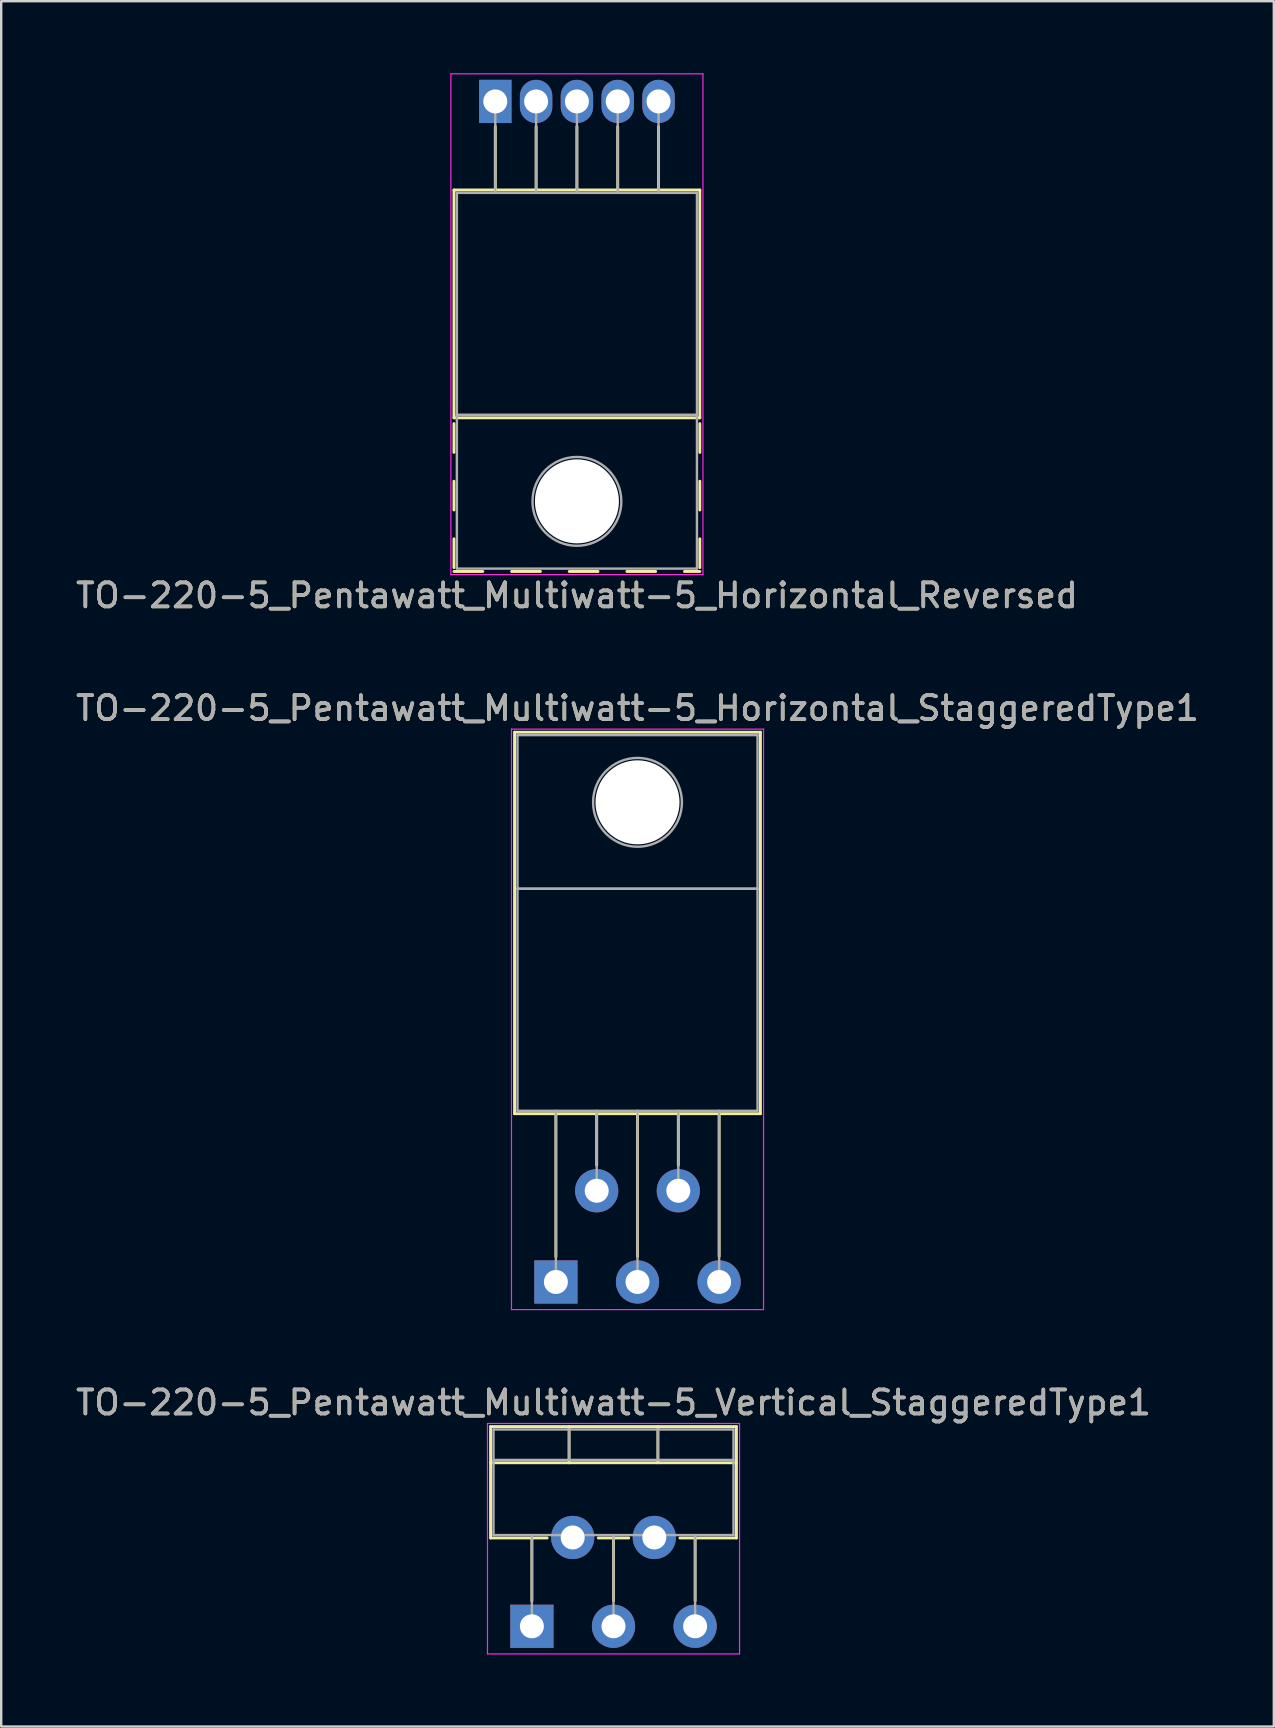
<source format=kicad_pcb>
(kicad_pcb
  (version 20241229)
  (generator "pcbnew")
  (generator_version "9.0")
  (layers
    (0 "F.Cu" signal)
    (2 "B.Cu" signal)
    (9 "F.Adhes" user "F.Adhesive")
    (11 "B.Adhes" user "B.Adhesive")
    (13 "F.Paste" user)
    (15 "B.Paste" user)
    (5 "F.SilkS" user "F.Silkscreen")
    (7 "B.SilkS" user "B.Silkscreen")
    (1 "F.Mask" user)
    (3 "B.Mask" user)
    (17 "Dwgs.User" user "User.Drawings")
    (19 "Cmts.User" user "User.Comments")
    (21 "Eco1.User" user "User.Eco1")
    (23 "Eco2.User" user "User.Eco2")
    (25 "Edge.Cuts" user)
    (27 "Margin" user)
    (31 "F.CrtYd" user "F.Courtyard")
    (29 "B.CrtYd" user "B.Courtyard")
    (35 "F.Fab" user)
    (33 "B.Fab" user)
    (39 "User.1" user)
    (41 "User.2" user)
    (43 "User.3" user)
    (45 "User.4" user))
  (footprint "TO-220-5_Pentawatt_Multiwatt-5_Horizontal_StaggeredType1"
    (layer "F.Cu")
    (at 20.106 50.352)
    (property "Reference" "TO-220-5_Pentawatt_Multiwatt-5_Horizontal_StaggeredType1" (at 3.4 -23.9 0) (layer "F.SilkS") (effects (font (size 1 1) (thickness 0.15))))
    (attr through_hole)
    (fp_line (start -1.721 -22.9) (end -1.721 -7.01) (stroke (width 0.12) (type solid)) (layer "F.SilkS"))
    (fp_line (start -1.721 -22.9) (end 8.52 -22.9) (stroke (width 0.12) (type solid)) (layer "F.SilkS"))
    (fp_line (start -1.721 -7.01) (end 8.52 -7.01) (stroke (width 0.12) (type solid)) (layer "F.SilkS"))
    (fp_line (start 0 -7.01) (end 0 -1.05) (stroke (width 0.12) (type solid)) (layer "F.SilkS"))
    (fp_line (start 1.7 -7.01) (end 1.7 -4.866) (stroke (width 0.12) (type solid)) (layer "F.SilkS"))
    (fp_line (start 3.4 -7.01) (end 3.4 -1.065) (stroke (width 0.12) (type solid)) (layer "F.SilkS"))
    (fp_line (start 5.1 -7.01) (end 5.1 -4.866) (stroke (width 0.12) (type solid)) (layer "F.SilkS"))
    (fp_line (start 6.8 -7.01) (end 6.8 -1.065) (stroke (width 0.12) (type solid)) (layer "F.SilkS"))
    (fp_line (start 8.52 -22.9) (end 8.52 -7.01) (stroke (width 0.12) (type solid)) (layer "F.SilkS"))
    (fp_line (start -1.85 -23.03) (end -1.85 1.15) (stroke (width 0.05) (type solid)) (layer "F.CrtYd"))
    (fp_line (start -1.85 1.15) (end 8.65 1.15) (stroke (width 0.05) (type solid)) (layer "F.CrtYd"))
    (fp_line (start 8.65 -23.03) (end -1.85 -23.03) (stroke (width 0.05) (type solid)) (layer "F.CrtYd"))
    (fp_line (start 8.65 1.15) (end 8.65 -23.03) (stroke (width 0.05) (type solid)) (layer "F.CrtYd"))
    (fp_line (start -1.6 -22.78) (end 8.4 -22.78) (stroke (width 0.1) (type solid)) (layer "F.Fab"))
    (fp_line (start -1.6 -16.38) (end -1.6 -22.78) (stroke (width 0.1) (type solid)) (layer "F.Fab"))
    (fp_line (start -1.6 -16.38) (end 8.4 -16.38) (stroke (width 0.1) (type solid)) (layer "F.Fab"))
    (fp_line (start -1.6 -7.13) (end -1.6 -16.38) (stroke (width 0.1) (type solid)) (layer "F.Fab"))
    (fp_line (start 0 -7.13) (end 0 0) (stroke (width 0.1) (type solid)) (layer "F.Fab"))
    (fp_line (start 1.7 -7.13) (end 1.7 -3.8) (stroke (width 0.1) (type solid)) (layer "F.Fab"))
    (fp_line (start 3.4 -7.13) (end 3.4 0) (stroke (width 0.1) (type solid)) (layer "F.Fab"))
    (fp_line (start 5.1 -7.13) (end 5.1 -3.8) (stroke (width 0.1) (type solid)) (layer "F.Fab"))
    (fp_line (start 6.8 -7.13) (end 6.8 0) (stroke (width 0.1) (type solid)) (layer "F.Fab"))
    (fp_line (start 8.4 -22.78) (end 8.4 -16.38) (stroke (width 0.1) (type solid)) (layer "F.Fab"))
    (fp_line (start 8.4 -16.38) (end -1.6 -16.38) (stroke (width 0.1) (type solid)) (layer "F.Fab"))
    (fp_line (start 8.4 -16.38) (end 8.4 -7.13) (stroke (width 0.1) (type solid)) (layer "F.Fab"))
    (fp_line (start 8.4 -7.13) (end -1.6 -7.13) (stroke (width 0.1) (type solid)) (layer "F.Fab"))
    (fp_circle (center 3.4 -19.98) (end 5.25 -19.98) (stroke (width 0.1) (type solid)) (fill no) (layer "F.Fab"))
    (fp_text user "${REFERENCE}" (at 3.4 -23.9 0) (layer "F.Fab") (effects (font (size 1 1) (thickness 0.15))))
    (pad "" np_thru_hole oval (at 3.4 -19.98) (size 3.5 3.5) (drill 3.5) (layers "*.Cu" "*.Mask"))
    (pad "1" thru_hole rect (at 0 0) (size 1.8 1.8) (drill 1) (layers "*.Cu" "*.Mask"))
    (pad "2" thru_hole oval (at 1.7 -3.8) (size 1.8 1.8) (drill 1) (layers "*.Cu" "*.Mask"))
    (pad "3" thru_hole oval (at 3.4 0) (size 1.8 1.8) (drill 1) (layers "*.Cu" "*.Mask"))
    (pad "4" thru_hole oval (at 5.1 -3.8) (size 1.8 1.8) (drill 1) (layers "*.Cu" "*.Mask"))
    (pad "5" thru_hole oval (at 6.8 0) (size 1.8 1.8) (drill 1) (layers "*.Cu" "*.Mask")))
  (footprint "TO-220-5_Pentawatt_Multiwatt-5_Horizontal_Reversed"
    (layer "F.Cu")
    (at 17.582 1.175)
    (property "Reference" "TO-220-5_Pentawatt_Multiwatt-5_Horizontal_Reversed" (at 3.4 20.58 0) (layer "F.SilkS") (effects (font (size 1 1) (thickness 0.15))))
    (attr through_hole)
    (fp_line (start -1.721 3.69) (end -1.721 13.18) (stroke (width 0.12) (type solid)) (layer "F.SilkS"))
    (fp_line (start -1.721 3.69) (end 8.52 3.69) (stroke (width 0.12) (type solid)) (layer "F.SilkS"))
    (fp_line (start -1.721 13.18) (end 8.52 13.18) (stroke (width 0.12) (type solid)) (layer "F.SilkS"))
    (fp_line (start -1.721 13.42) (end -1.721 14.62) (stroke (width 0.12) (type solid)) (layer "F.SilkS"))
    (fp_line (start -1.721 15.82) (end -1.721 17.02) (stroke (width 0.12) (type solid)) (layer "F.SilkS"))
    (fp_line (start -1.721 18.22) (end -1.721 19.42) (stroke (width 0.12) (type solid)) (layer "F.SilkS"))
    (fp_line (start -1.721 19.58) (end -0.521 19.58) (stroke (width 0.12) (type solid)) (layer "F.SilkS"))
    (fp_line (start 0 1.05) (end 0 3.69) (stroke (width 0.12) (type solid)) (layer "F.SilkS"))
    (fp_line (start 0.68 19.58) (end 1.88 19.58) (stroke (width 0.12) (type solid)) (layer "F.SilkS"))
    (fp_line (start 1.7 1.05) (end 1.7 3.69) (stroke (width 0.12) (type solid)) (layer "F.SilkS"))
    (fp_line (start 3.08 19.58) (end 4.28 19.58) (stroke (width 0.12) (type solid)) (layer "F.SilkS"))
    (fp_line (start 3.4 1.05) (end 3.4 3.69) (stroke (width 0.12) (type solid)) (layer "F.SilkS"))
    (fp_line (start 5.1 1.05) (end 5.1 3.69) (stroke (width 0.12) (type solid)) (layer "F.SilkS"))
    (fp_line (start 5.48 19.58) (end 6.68 19.58) (stroke (width 0.12) (type solid)) (layer "F.SilkS"))
    (fp_line (start 6.8 1.05) (end 6.8 3.69) (stroke (width 0.12) (type solid)) (layer "F.SilkS"))
    (fp_line (start 7.88 19.58) (end 8.52 19.58) (stroke (width 0.12) (type solid)) (layer "F.SilkS"))
    (fp_line (start 8.52 3.69) (end 8.52 13.18) (stroke (width 0.12) (type solid)) (layer "F.SilkS"))
    (fp_line (start 8.52 13.42) (end 8.52 14.62) (stroke (width 0.12) (type solid)) (layer "F.SilkS"))
    (fp_line (start 8.52 15.82) (end 8.52 17.02) (stroke (width 0.12) (type solid)) (layer "F.SilkS"))
    (fp_line (start 8.52 18.22) (end 8.52 19.42) (stroke (width 0.12) (type solid)) (layer "F.SilkS"))
    (fp_line (start -1.85 -1.15) (end -1.85 19.71) (stroke (width 0.05) (type solid)) (layer "F.CrtYd"))
    (fp_line (start -1.85 19.71) (end 8.65 19.71) (stroke (width 0.05) (type solid)) (layer "F.CrtYd"))
    (fp_line (start 8.65 -1.15) (end -1.85 -1.15) (stroke (width 0.05) (type solid)) (layer "F.CrtYd"))
    (fp_line (start 8.65 19.71) (end 8.65 -1.15) (stroke (width 0.05) (type solid)) (layer "F.CrtYd"))
    (fp_line (start -1.6 3.81) (end -1.6 13.06) (stroke (width 0.1) (type solid)) (layer "F.Fab"))
    (fp_line (start -1.6 13.06) (end -1.6 19.46) (stroke (width 0.1) (type solid)) (layer "F.Fab"))
    (fp_line (start -1.6 13.06) (end 8.4 13.06) (stroke (width 0.1) (type solid)) (layer "F.Fab"))
    (fp_line (start -1.6 19.46) (end 8.4 19.46) (stroke (width 0.1) (type solid)) (layer "F.Fab"))
    (fp_line (start 0 3.81) (end 0 0) (stroke (width 0.1) (type solid)) (layer "F.Fab"))
    (fp_line (start 1.7 3.81) (end 1.7 0) (stroke (width 0.1) (type solid)) (layer "F.Fab"))
    (fp_line (start 3.4 3.81) (end 3.4 0) (stroke (width 0.1) (type solid)) (layer "F.Fab"))
    (fp_line (start 5.1 3.81) (end 5.1 0) (stroke (width 0.1) (type solid)) (layer "F.Fab"))
    (fp_line (start 6.8 3.81) (end 6.8 0) (stroke (width 0.1) (type solid)) (layer "F.Fab"))
    (fp_line (start 8.4 3.81) (end -1.6 3.81) (stroke (width 0.1) (type solid)) (layer "F.Fab"))
    (fp_line (start 8.4 13.06) (end -1.6 13.06) (stroke (width 0.1) (type solid)) (layer "F.Fab"))
    (fp_line (start 8.4 13.06) (end 8.4 3.81) (stroke (width 0.1) (type solid)) (layer "F.Fab"))
    (fp_line (start 8.4 19.46) (end 8.4 13.06) (stroke (width 0.1) (type solid)) (layer "F.Fab"))
    (fp_circle (center 3.4 16.66) (end 5.25 16.66) (stroke (width 0.1) (type solid)) (fill no) (layer "F.Fab"))
    (fp_text user "${REFERENCE}" (at 3.4 20.58 0) (layer "F.Fab") (effects (font (size 1 1) (thickness 0.15))))
    (pad "" np_thru_hole oval (at 3.4 16.66) (size 3.5 3.5) (drill 3.5) (layers "*.Cu" "*.Mask"))
    (pad "1" thru_hole rect (at 0 0) (size 1.35 1.8) (drill 1) (layers "*.Cu" "*.Mask"))
    (pad "2" thru_hole oval (at 1.7 0) (size 1.35 1.8) (drill 1) (layers "*.Cu" "*.Mask"))
    (pad "3" thru_hole oval (at 3.4 0) (size 1.35 1.8) (drill 1) (layers "*.Cu" "*.Mask"))
    (pad "4" thru_hole oval (at 5.1 0) (size 1.35 1.8) (drill 1) (layers "*.Cu" "*.Mask"))
    (pad "5" thru_hole oval (at 6.8 0) (size 1.35 1.8) (drill 1) (layers "*.Cu" "*.Mask")))
  (footprint "TO-220-5_Pentawatt_Multiwatt-5_Vertical_StaggeredType1"
    (layer "F.Cu")
    (at 19.106 64.695)
    (property "Reference" "TO-220-5_Pentawatt_Multiwatt-5_Vertical_StaggeredType1" (at 3.4 -9.32 0) (layer "F.SilkS") (effects (font (size 1 1) (thickness 0.15))))
    (attr through_hole)
    (fp_line (start -1.721 -8.32) (end -1.721 -3.679) (stroke (width 0.12) (type solid)) (layer "F.SilkS"))
    (fp_line (start -1.721 -8.32) (end 8.52 -8.32) (stroke (width 0.12) (type solid)) (layer "F.SilkS"))
    (fp_line (start -1.721 -6.811) (end 8.52 -6.811) (stroke (width 0.12) (type solid)) (layer "F.SilkS"))
    (fp_line (start -1.721 -3.679) (end 0.635 -3.679) (stroke (width 0.12) (type solid)) (layer "F.SilkS"))
    (fp_line (start 0 -3.679) (end 0 -1.049) (stroke (width 0.12) (type solid)) (layer "F.SilkS"))
    (fp_line (start 1.55 -8.32) (end 1.55 -6.811) (stroke (width 0.12) (type solid)) (layer "F.SilkS"))
    (fp_line (start 2.765 -3.679) (end 4.035 -3.679) (stroke (width 0.12) (type solid)) (layer "F.SilkS"))
    (fp_line (start 3.4 -3.679) (end 3.4 -1.065) (stroke (width 0.12) (type solid)) (layer "F.SilkS"))
    (fp_line (start 5.25 -8.32) (end 5.25 -6.811) (stroke (width 0.12) (type solid)) (layer "F.SilkS"))
    (fp_line (start 6.165 -3.679) (end 8.52 -3.679) (stroke (width 0.12) (type solid)) (layer "F.SilkS"))
    (fp_line (start 6.8 -3.679) (end 6.8 -1.065) (stroke (width 0.12) (type solid)) (layer "F.SilkS"))
    (fp_line (start 8.52 -8.32) (end 8.52 -3.679) (stroke (width 0.12) (type solid)) (layer "F.SilkS"))
    (fp_line (start -1.85 -8.45) (end -1.85 1.15) (stroke (width 0.05) (type solid)) (layer "F.CrtYd"))
    (fp_line (start -1.85 1.15) (end 8.65 1.15) (stroke (width 0.05) (type solid)) (layer "F.CrtYd"))
    (fp_line (start 8.65 -8.45) (end -1.85 -8.45) (stroke (width 0.05) (type solid)) (layer "F.CrtYd"))
    (fp_line (start 8.65 1.15) (end 8.65 -8.45) (stroke (width 0.05) (type solid)) (layer "F.CrtYd"))
    (fp_line (start -1.6 -8.2) (end -1.6 -3.8) (stroke (width 0.1) (type solid)) (layer "F.Fab"))
    (fp_line (start -1.6 -6.93) (end 8.4 -6.93) (stroke (width 0.1) (type solid)) (layer "F.Fab"))
    (fp_line (start -1.6 -3.8) (end 8.4 -3.8) (stroke (width 0.1) (type solid)) (layer "F.Fab"))
    (fp_line (start 0 -3.8) (end 0 0) (stroke (width 0.1) (type solid)) (layer "F.Fab"))
    (fp_line (start 1.55 -8.2) (end 1.55 -6.93) (stroke (width 0.1) (type solid)) (layer "F.Fab"))
    (fp_line (start 1.7 -3.8) (end 1.7 -3.7) (stroke (width 0.1) (type solid)) (layer "F.Fab"))
    (fp_line (start 3.4 -3.8) (end 3.4 0) (stroke (width 0.1) (type solid)) (layer "F.Fab"))
    (fp_line (start 5.1 -3.8) (end 5.1 -3.7) (stroke (width 0.1) (type solid)) (layer "F.Fab"))
    (fp_line (start 5.25 -8.2) (end 5.25 -6.93) (stroke (width 0.1) (type solid)) (layer "F.Fab"))
    (fp_line (start 6.8 -3.8) (end 6.8 0) (stroke (width 0.1) (type solid)) (layer "F.Fab"))
    (fp_line (start 8.4 -8.2) (end -1.6 -8.2) (stroke (width 0.1) (type solid)) (layer "F.Fab"))
    (fp_line (start 8.4 -3.8) (end 8.4 -8.2) (stroke (width 0.1) (type solid)) (layer "F.Fab"))
    (fp_text user "${REFERENCE}" (at 3.4 -9.32 0) (layer "F.Fab") (effects (font (size 1 1) (thickness 0.15))))
    (pad "1" thru_hole rect (at 0 0) (size 1.8 1.8) (drill 1) (layers "*.Cu" "*.Mask"))
    (pad "2" thru_hole oval (at 1.7 -3.7) (size 1.8 1.8) (drill 1) (layers "*.Cu" "*.Mask"))
    (pad "3" thru_hole oval (at 3.4 0) (size 1.8 1.8) (drill 1) (layers "*.Cu" "*.Mask"))
    (pad "4" thru_hole oval (at 5.1 -3.7) (size 1.8 1.8) (drill 1) (layers "*.Cu" "*.Mask"))
    (pad "5" thru_hole oval (at 6.8 0) (size 1.8 1.8) (drill 1) (layers "*.Cu" "*.Mask")))
  (gr_rect
    (start -3 -3)
    (end 50.012 68.87)
    (stroke (width 0.1) (type default))
    (fill no)
    (layer "Edge.Cuts")))
</source>
